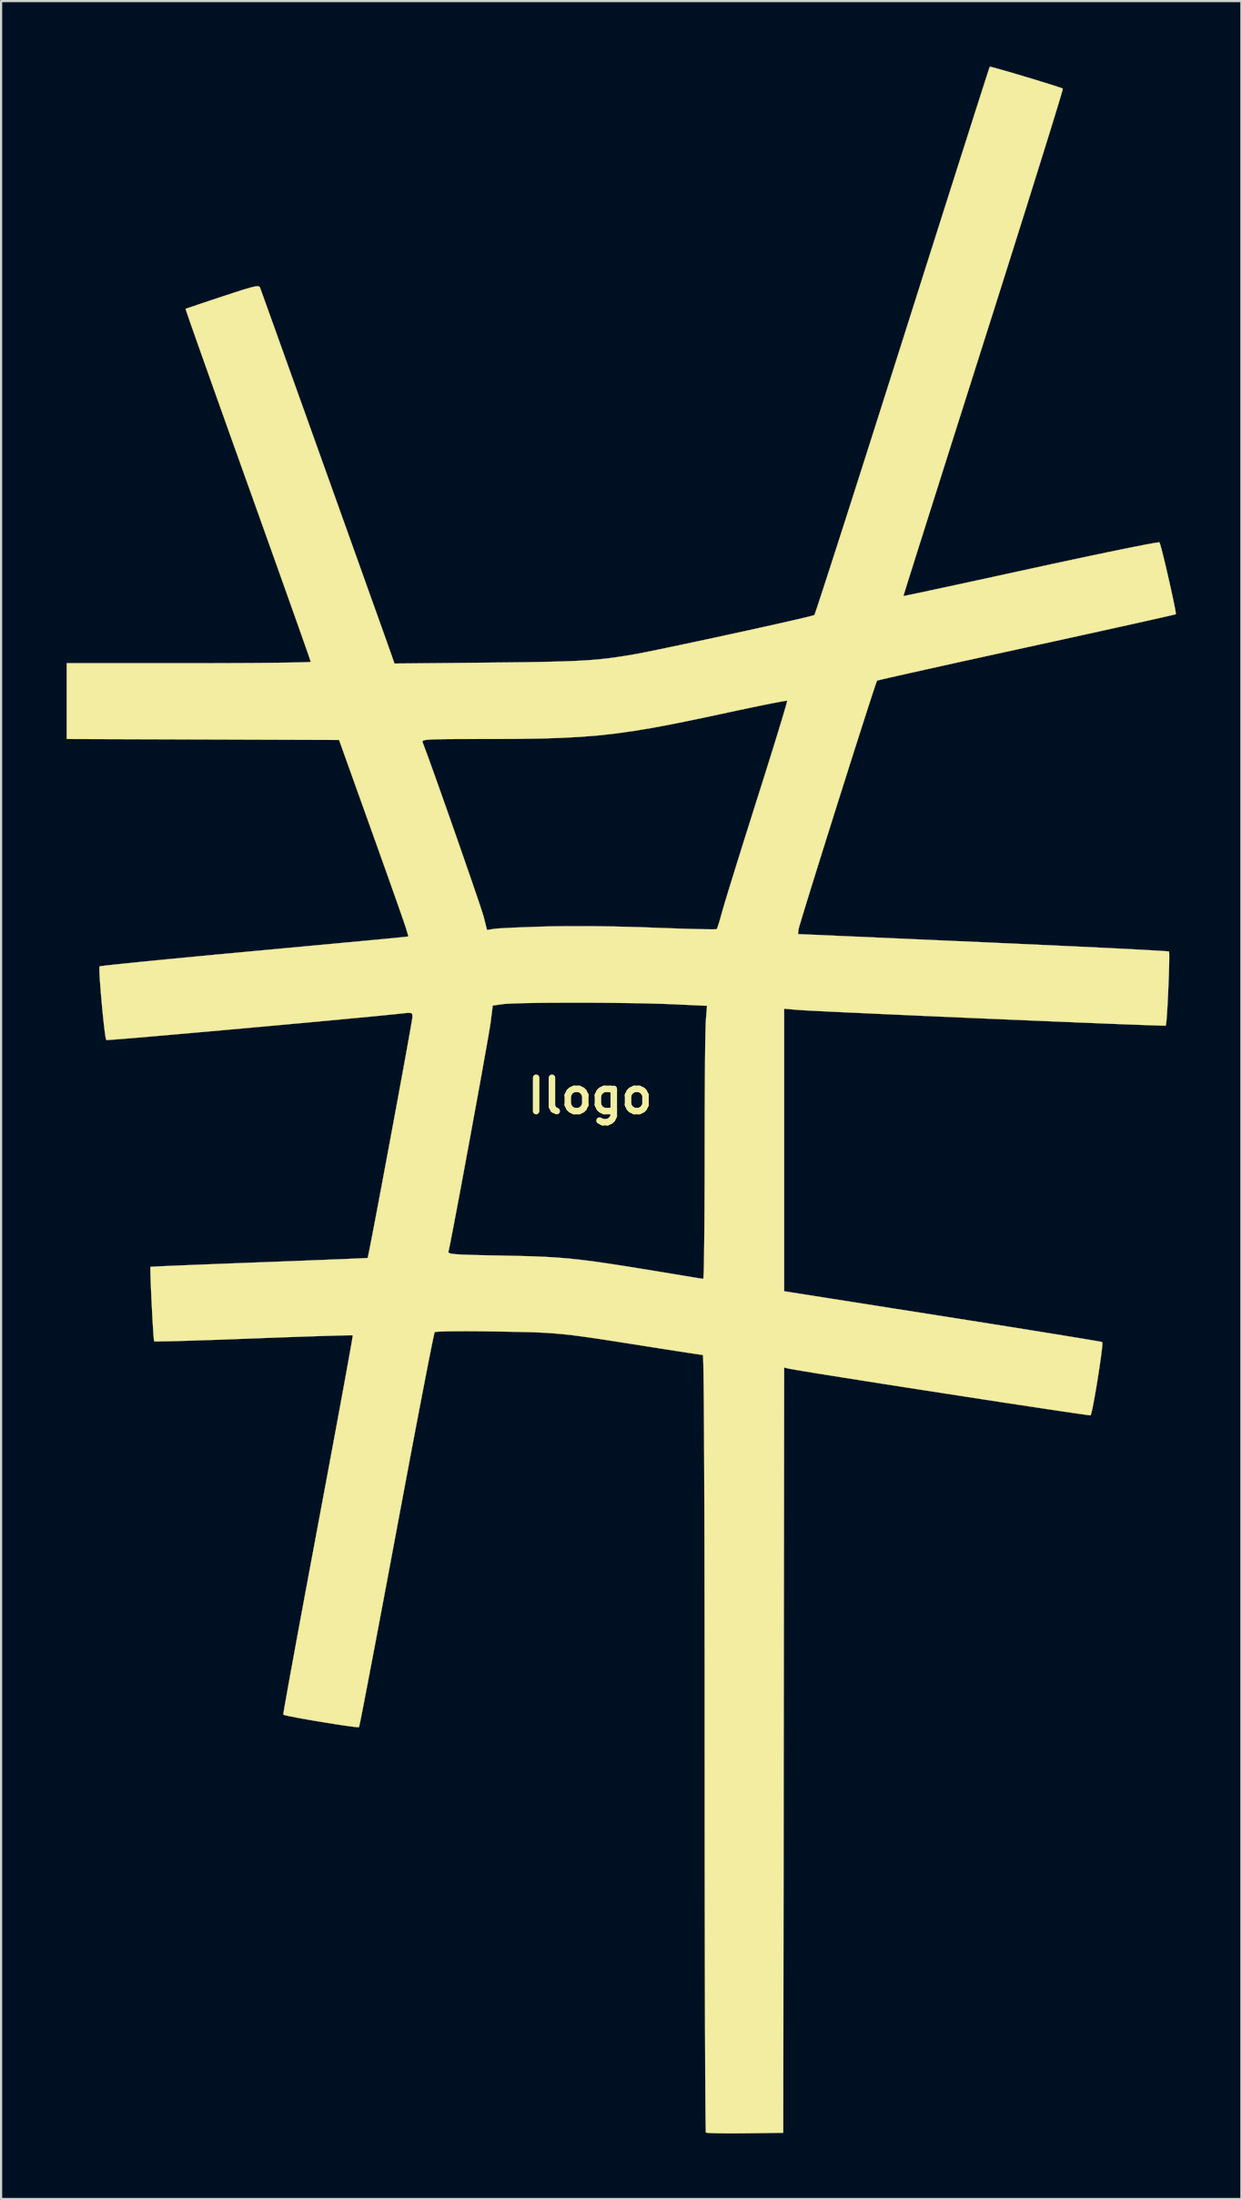
<source format=kicad_pcb>
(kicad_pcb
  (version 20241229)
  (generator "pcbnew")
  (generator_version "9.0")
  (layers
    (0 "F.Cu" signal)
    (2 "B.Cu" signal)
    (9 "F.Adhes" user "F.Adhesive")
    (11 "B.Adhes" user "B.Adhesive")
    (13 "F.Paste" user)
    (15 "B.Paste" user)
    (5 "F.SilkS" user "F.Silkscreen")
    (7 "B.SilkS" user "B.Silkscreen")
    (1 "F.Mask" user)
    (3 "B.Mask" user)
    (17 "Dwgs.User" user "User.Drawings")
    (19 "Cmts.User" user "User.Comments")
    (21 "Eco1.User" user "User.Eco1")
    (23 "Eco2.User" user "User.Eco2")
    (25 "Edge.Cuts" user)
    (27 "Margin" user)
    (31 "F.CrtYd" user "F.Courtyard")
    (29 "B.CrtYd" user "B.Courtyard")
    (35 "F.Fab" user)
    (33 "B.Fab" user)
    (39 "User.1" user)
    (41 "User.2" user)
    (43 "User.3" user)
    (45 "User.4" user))
  (footprint "Ilogo"
    (layer "F.Cu")
    (at 23.966 47.118)
    (property "Reference" "Ilogo" (at 0 0 0) (layer "F.SilkS") (effects (font (size 1.524 1.524) (thickness 0.3))))
    (attr through_hole)
    (fp_poly (pts (xy 18.391 -47.098) (xy 18.609 -47.04) (xy 18.93 -46.95) (xy 19.324 -46.836) (xy 19.762 -46.707) (xy 20.214 -46.571) (xy 20.65 -46.438) (xy 21.041 -46.317) (xy 21.358 -46.216) (xy 21.571 -46.144) (xy 21.65 -46.111) (xy 21.631 -46.026) (xy 21.563 -45.789) (xy 21.449 -45.409) (xy 21.292 -44.895) (xy 21.095 -44.255) (xy 20.86 -43.499) (xy 20.591 -42.637) (xy 20.291 -41.677) (xy 19.962 -40.627) (xy 19.606 -39.498) (xy 19.228 -38.299) (xy 18.829 -37.037) (xy 18.413 -35.724) (xy 18.019 -34.483) (xy 17.589 -33.129) (xy 17.174 -31.82) (xy 16.775 -30.565) (xy 16.397 -29.372) (xy 16.042 -28.252) (xy 15.712 -27.212) (xy 15.411 -26.262) (xy 15.142 -25.41) (xy 14.907 -24.667) (xy 14.71 -24.041) (xy 14.552 -23.54) (xy 14.438 -23.175) (xy 14.369 -22.954) (xy 14.349 -22.885) (xy 14.431 -22.9) (xy 14.665 -22.948) (xy 15.038 -23.026) (xy 15.537 -23.133) (xy 16.149 -23.264) (xy 16.859 -23.417) (xy 17.656 -23.59) (xy 18.526 -23.778) (xy 19.456 -23.981) (xy 20.186 -24.14) (xy 21.153 -24.35) (xy 22.071 -24.547) (xy 22.928 -24.729) (xy 23.71 -24.893) (xy 24.402 -25.035) (xy 24.993 -25.154) (xy 25.469 -25.247) (xy 25.816 -25.31) (xy 26.021 -25.342) (xy 26.074 -25.343) (xy 26.111 -25.242) (xy 26.175 -25.01) (xy 26.259 -24.677) (xy 26.357 -24.273) (xy 26.46 -23.83) (xy 26.563 -23.379) (xy 26.657 -22.949) (xy 26.737 -22.571) (xy 26.795 -22.277) (xy 26.824 -22.096) (xy 26.824 -22.054) (xy 26.738 -22.031) (xy 26.499 -21.975) (xy 26.119 -21.889) (xy 25.61 -21.775) (xy 24.985 -21.635) (xy 24.256 -21.474) (xy 23.436 -21.293) (xy 22.536 -21.094) (xy 21.569 -20.882) (xy 20.547 -20.659) (xy 19.986 -20.536) (xy 18.94 -20.308) (xy 17.942 -20.089) (xy 17.004 -19.883) (xy 16.14 -19.692) (xy 15.36 -19.519) (xy 14.678 -19.367) (xy 14.105 -19.239) (xy 13.655 -19.137) (xy 13.339 -19.063) (xy 13.17 -19.022) (xy 13.143 -19.014) (xy 13.109 -18.925) (xy 13.029 -18.691) (xy 12.909 -18.327) (xy 12.754 -17.849) (xy 12.568 -17.273) (xy 12.357 -16.614) (xy 12.125 -15.889) (xy 11.879 -15.114) (xy 11.622 -14.303) (xy 11.359 -13.474) (xy 11.097 -12.642) (xy 10.839 -11.822) (xy 10.591 -11.032) (xy 10.358 -10.285) (xy 10.144 -9.6) (xy 9.956 -8.991) (xy 9.797 -8.473) (xy 9.673 -8.064) (xy 9.588 -7.779) (xy 9.549 -7.634) (xy 9.547 -7.622) (xy 9.525 -7.412) (xy 17.992 -7.039) (xy 19.174 -6.986) (xy 20.309 -6.935) (xy 21.384 -6.885) (xy 22.388 -6.838) (xy 23.31 -6.794) (xy 24.138 -6.753) (xy 24.861 -6.716) (xy 25.468 -6.683) (xy 25.946 -6.656) (xy 26.286 -6.635) (xy 26.475 -6.62) (xy 26.511 -6.614) (xy 26.522 -6.519) (xy 26.523 -6.287) (xy 26.517 -5.949) (xy 26.505 -5.537) (xy 26.487 -5.082) (xy 26.467 -4.616) (xy 26.444 -4.171) (xy 26.42 -3.777) (xy 26.397 -3.468) (xy 26.376 -3.273) (xy 26.363 -3.223) (xy 26.276 -3.221) (xy 26.034 -3.227) (xy 25.65 -3.24) (xy 25.138 -3.258) (xy 24.513 -3.281) (xy 23.788 -3.309) (xy 22.977 -3.342) (xy 22.093 -3.378) (xy 21.151 -3.417) (xy 20.165 -3.458) (xy 19.148 -3.501) (xy 18.114 -3.545) (xy 17.077 -3.589) (xy 16.051 -3.634) (xy 15.05 -3.678) (xy 14.087 -3.721) (xy 13.177 -3.762) (xy 12.333 -3.801) (xy 11.569 -3.836) (xy 10.899 -3.868) (xy 10.337 -3.896) (xy 9.897 -3.919) (xy 9.592 -3.937) (xy 9.461 -3.947) (xy 8.89 -3.997) (xy 8.89 8.936) (xy 16.136 10.077) (xy 17.224 10.248) (xy 18.263 10.413) (xy 19.242 10.569) (xy 20.149 10.714) (xy 20.972 10.847) (xy 21.699 10.965) (xy 22.316 11.066) (xy 22.813 11.148) (xy 23.176 11.21) (xy 23.395 11.249) (xy 23.456 11.263) (xy 23.462 11.353) (xy 23.441 11.579) (xy 23.4 11.91) (xy 23.343 12.314) (xy 23.275 12.762) (xy 23.201 13.221) (xy 23.126 13.661) (xy 23.055 14.052) (xy 22.992 14.361) (xy 22.944 14.559) (xy 22.921 14.615) (xy 22.835 14.607) (xy 22.596 14.575) (xy 22.22 14.522) (xy 21.723 14.449) (xy 21.118 14.359) (xy 20.421 14.254) (xy 19.648 14.137) (xy 18.812 14.01) (xy 17.93 13.875) (xy 17.017 13.734) (xy 16.086 13.59) (xy 15.155 13.446) (xy 14.237 13.303) (xy 13.347 13.164) (xy 12.501 13.031) (xy 11.714 12.906) (xy 11.001 12.793) (xy 10.376 12.693) (xy 9.856 12.608) (xy 9.454 12.541) (xy 9.187 12.494) (xy 9.081 12.473) (xy 8.89 12.428) (xy 8.869 29.942) (xy 8.848 47.456) (xy 7.107 47.479) (xy 6.58 47.483) (xy 6.111 47.481) (xy 5.727 47.474) (xy 5.454 47.463) (xy 5.317 47.448) (xy 5.307 47.443) (xy 5.302 47.354) (xy 5.296 47.104) (xy 5.291 46.699) (xy 5.286 46.15) (xy 5.281 45.462) (xy 5.276 44.644) (xy 5.272 43.704) (xy 5.268 42.65) (xy 5.264 41.489) (xy 5.261 40.229) (xy 5.258 38.879) (xy 5.255 37.446) (xy 5.253 35.938) (xy 5.251 34.363) (xy 5.25 32.729) (xy 5.25 31.043) (xy 5.249 29.619) (xy 5.249 27.485) (xy 5.248 25.472) (xy 5.246 23.584) (xy 5.243 21.823) (xy 5.24 20.194) (xy 5.236 18.699) (xy 5.231 17.342) (xy 5.226 16.127) (xy 5.22 15.056) (xy 5.214 14.133) (xy 5.206 13.362) (xy 5.198 12.746) (xy 5.19 12.288) (xy 5.181 11.991) (xy 5.172 11.86) (xy 5.169 11.853) (xy 5.068 11.841) (xy 4.821 11.804) (xy 4.45 11.748) (xy 3.977 11.675) (xy 3.423 11.589) (xy 2.811 11.493) (xy 2.65 11.467) (xy 1.724 11.321) (xy 0.942 11.199) (xy 0.28 11.098) (xy -0.286 11.017) (xy -0.779 10.952) (xy -1.223 10.902) (xy -1.641 10.865) (xy -2.058 10.837) (xy -2.496 10.817) (xy -2.979 10.803) (xy -3.532 10.791) (xy -4.177 10.78) (xy -4.304 10.778) (xy -4.971 10.769) (xy -5.584 10.765) (xy -6.121 10.766) (xy -6.562 10.772) (xy -6.886 10.782) (xy -7.074 10.796) (xy -7.112 10.806) (xy -7.136 10.898) (xy -7.19 11.145) (xy -7.27 11.537) (xy -7.375 12.063) (xy -7.502 12.712) (xy -7.649 13.473) (xy -7.815 14.336) (xy -7.997 15.289) (xy -8.193 16.322) (xy -8.4 17.423) (xy -8.618 18.583) (xy -8.844 19.79) (xy -8.856 19.854) (xy -9.082 21.063) (xy -9.299 22.225) (xy -9.507 23.329) (xy -9.702 24.365) (xy -9.883 25.321) (xy -10.048 26.188) (xy -10.194 26.953) (xy -10.32 27.607) (xy -10.423 28.138) (xy -10.502 28.536) (xy -10.554 28.789) (xy -10.578 28.888) (xy -10.578 28.889) (xy -10.668 28.889) (xy -10.895 28.864) (xy -11.227 28.818) (xy -11.635 28.757) (xy -12.087 28.685) (xy -12.554 28.608) (xy -13.006 28.53) (xy -13.411 28.457) (xy -13.74 28.393) (xy -13.961 28.344) (xy -14.045 28.316) (xy -14.034 28.231) (xy -13.994 27.989) (xy -13.926 27.604) (xy -13.833 27.085) (xy -13.717 26.443) (xy -13.579 25.69) (xy -13.423 24.836) (xy -13.248 23.893) (xy -13.059 22.871) (xy -12.856 21.782) (xy -12.642 20.636) (xy -12.455 19.634) (xy -12.233 18.449) (xy -12.02 17.311) (xy -11.82 16.232) (xy -11.632 15.222) (xy -11.46 14.292) (xy -11.306 13.453) (xy -11.172 12.717) (xy -11.059 12.094) (xy -10.969 11.596) (xy -10.906 11.232) (xy -10.87 11.015) (xy -10.862 10.954) (xy -10.95 10.951) (xy -11.191 10.955) (xy -11.571 10.964) (xy -12.072 10.979) (xy -12.68 10.998) (xy -13.379 11.022) (xy -14.154 11.049) (xy -14.988 11.08) (xy -15.405 11.096) (xy -16.262 11.128) (xy -17.068 11.157) (xy -17.806 11.181) (xy -18.461 11.202) (xy -19.017 11.218) (xy -19.458 11.228) (xy -19.769 11.233) (xy -19.934 11.232) (xy -19.956 11.229) (xy -19.97 11.139) (xy -19.989 10.911) (xy -20.012 10.576) (xy -20.036 10.167) (xy -20.06 9.714) (xy -20.083 9.248) (xy -20.103 8.8) (xy -20.119 8.403) (xy -20.128 8.086) (xy -20.13 7.882) (xy -20.125 7.82) (xy -20.039 7.813) (xy -19.799 7.801) (xy -19.419 7.783) (xy -18.915 7.762) (xy -18.301 7.736) (xy -17.592 7.708) (xy -16.803 7.677) (xy -15.95 7.644) (xy -15.153 7.614) (xy -14.255 7.58) (xy -13.408 7.548) (xy -12.628 7.517) (xy -11.929 7.489) (xy -11.327 7.465) (xy -10.837 7.444) (xy -10.472 7.428) (xy -10.249 7.417) (xy -10.181 7.412) (xy -10.16 7.326) (xy -10.118 7.122) (xy -6.483 7.122) (xy -6.481 7.161) (xy -6.439 7.193) (xy -6.339 7.219) (xy -6.164 7.24) (xy -5.897 7.257) (xy -5.522 7.271) (xy -5.02 7.285) (xy -4.376 7.298) (xy -3.96 7.306) (xy -3.235 7.321) (xy -2.599 7.339) (xy -2.025 7.363) (xy -1.487 7.396) (xy -0.959 7.44) (xy -0.414 7.498) (xy 0.174 7.572) (xy 0.833 7.667) (xy 1.587 7.783) (xy 2.464 7.924) (xy 3.133 8.034) (xy 3.694 8.126) (xy 4.199 8.21) (xy 4.624 8.28) (xy 4.946 8.333) (xy 5.14 8.364) (xy 5.186 8.372) (xy 5.197 8.291) (xy 5.207 8.055) (xy 5.217 7.678) (xy 5.225 7.173) (xy 5.233 6.555) (xy 5.239 5.837) (xy 5.244 5.033) (xy 5.248 4.157) (xy 5.25 3.224) (xy 5.25 2.815) (xy 5.251 1.838) (xy 5.253 0.894) (xy 5.257 0.000163) (xy 5.262 -0.827) (xy 5.268 -1.572) (xy 5.275 -2.218) (xy 5.283 -2.749) (xy 5.292 -3.147) (xy 5.301 -3.398) (xy 5.304 -3.441) (xy 5.358 -4.129) (xy 3.758 -4.203) (xy 3.232 -4.222) (xy 2.609 -4.239) (xy 1.914 -4.252) (xy 1.168 -4.262) (xy 0.396 -4.269) (xy -0.381 -4.272) (xy -1.14 -4.271) (xy -1.858 -4.268) (xy -2.512 -4.261) (xy -3.078 -4.25) (xy -3.536 -4.236) (xy -3.86 -4.219) (xy -3.984 -4.207) (xy -4.454 -4.141) (xy -4.553 -3.361) (xy -4.582 -3.17) (xy -4.638 -2.836) (xy -4.718 -2.378) (xy -4.818 -1.814) (xy -4.935 -1.162) (xy -5.065 -0.439) (xy -5.206 0.335) (xy -5.354 1.144) (xy -5.505 1.968) (xy -5.657 2.79) (xy -5.805 3.592) (xy -5.947 4.355) (xy -6.08 5.062) (xy -6.2 5.694) (xy -6.303 6.234) (xy -6.386 6.662) (xy -6.447 6.963) (xy -6.481 7.116) (xy -6.483 7.122) (xy -10.118 7.122) (xy -10.112 7.09) (xy -10.039 6.722) (xy -9.946 6.237) (xy -9.834 5.653) (xy -9.708 4.986) (xy -9.57 4.253) (xy -9.423 3.471) (xy -9.271 2.657) (xy -9.116 1.827) (xy -8.963 0.999) (xy -8.813 0.188) (xy -8.67 -0.587) (xy -8.538 -1.311) (xy -8.418 -1.967) (xy -8.315 -2.538) (xy -8.232 -3.006) (xy -8.171 -3.356) (xy -8.136 -3.571) (xy -8.129 -3.631) (xy -8.139 -3.747) (xy -8.199 -3.801) (xy -8.351 -3.806) (xy -8.572 -3.784) (xy -8.916 -3.747) (xy -9.386 -3.7) (xy -9.968 -3.643) (xy -10.646 -3.579) (xy -11.405 -3.507) (xy -12.23 -3.43) (xy -13.105 -3.349) (xy -14.016 -3.266) (xy -14.946 -3.181) (xy -15.882 -3.097) (xy -16.807 -3.014) (xy -17.706 -2.934) (xy -18.564 -2.858) (xy -19.365 -2.788) (xy -20.095 -2.725) (xy -20.739 -2.67) (xy -21.28 -2.625) (xy -21.703 -2.591) (xy -21.994 -2.57) (xy -22.137 -2.562) (xy -22.15 -2.563) (xy -22.177 -2.664) (xy -22.213 -2.9) (xy -22.255 -3.24) (xy -22.299 -3.653) (xy -22.344 -4.107) (xy -22.385 -4.57) (xy -22.421 -5.012) (xy -22.448 -5.4) (xy -22.464 -5.703) (xy -22.465 -5.889) (xy -22.457 -5.933) (xy -22.364 -5.949) (xy -22.117 -5.979) (xy -21.726 -6.022) (xy -21.205 -6.076) (xy -20.568 -6.141) (xy -19.826 -6.214) (xy -18.993 -6.295) (xy -18.082 -6.382) (xy -17.106 -6.475) (xy -16.077 -6.57) (xy -15.79 -6.597) (xy -14.738 -6.694) (xy -13.727 -6.788) (xy -12.771 -6.877) (xy -11.882 -6.959) (xy -11.076 -7.035) (xy -10.367 -7.101) (xy -9.767 -7.157) (xy -9.291 -7.202) (xy -8.954 -7.235) (xy -8.768 -7.253) (xy -8.75 -7.255) (xy -8.313 -7.303) (xy -8.43 -7.694) (xy -8.481 -7.849) (xy -8.584 -8.147) (xy -8.732 -8.57) (xy -8.919 -9.103) (xy -9.14 -9.727) (xy -9.389 -10.427) (xy -9.659 -11.185) (xy -9.945 -11.985) (xy -10.019 -12.192) (xy -11.462 -16.22) (xy -7.672 -16.22) (xy -7.665 -16.192) (xy -7.558 -15.909) (xy -7.409 -15.504) (xy -7.226 -14.996) (xy -7.015 -14.406) (xy -6.783 -13.754) (xy -6.537 -13.059) (xy -6.285 -12.341) (xy -6.033 -11.621) (xy -5.789 -10.919) (xy -5.558 -10.254) (xy -5.349 -9.647) (xy -5.168 -9.117) (xy -5.022 -8.684) (xy -4.919 -8.369) (xy -4.864 -8.192) (xy -4.862 -8.182) (xy -4.716 -7.601) (xy -4.369 -7.653) (xy -4.187 -7.67) (xy -3.865 -7.689) (xy -3.43 -7.71) (xy -2.91 -7.73) (xy -2.335 -7.75) (xy -1.952 -7.761) (xy -1.049 -7.775) (xy -0.023 -7.775) (xy 1.083 -7.76) (xy 2.223 -7.731) (xy 2.938 -7.705) (xy 3.612 -7.68) (xy 4.231 -7.659) (xy 4.775 -7.644) (xy 5.224 -7.634) (xy 5.558 -7.63) (xy 5.756 -7.632) (xy 5.804 -7.638) (xy 5.844 -7.735) (xy 5.915 -7.956) (xy 6.003 -8.263) (xy 6.05 -8.435) (xy 6.115 -8.659) (xy 6.225 -9.027) (xy 6.375 -9.52) (xy 6.561 -10.12) (xy 6.775 -10.809) (xy 7.013 -11.569) (xy 7.269 -12.382) (xy 7.537 -13.231) (xy 7.66 -13.62) (xy 7.923 -14.45) (xy 8.168 -15.231) (xy 8.392 -15.948) (xy 8.589 -16.587) (xy 8.755 -17.132) (xy 8.886 -17.569) (xy 8.977 -17.883) (xy 9.023 -18.06) (xy 9.028 -18.094) (xy 8.939 -18.086) (xy 8.703 -18.045) (xy 8.34 -17.976) (xy 7.868 -17.881) (xy 7.306 -17.765) (xy 6.673 -17.632) (xy 6.039 -17.495) (xy 4.858 -17.244) (xy 3.811 -17.031) (xy 2.869 -16.853) (xy 2.001 -16.709) (xy 1.178 -16.594) (xy 0.37 -16.505) (xy -0.453 -16.439) (xy -1.32 -16.393) (xy -2.261 -16.363) (xy -3.306 -16.347) (xy -4.486 -16.342) (xy -4.729 -16.342) (xy -5.52 -16.341) (xy -6.158 -16.339) (xy -6.659 -16.335) (xy -7.038 -16.328) (xy -7.311 -16.317) (xy -7.496 -16.302) (xy -7.607 -16.281) (xy -7.66 -16.254) (xy -7.672 -16.22) (xy -11.462 -16.22) (xy -11.49 -16.298) (xy -23.961 -16.342) (xy -23.961 -19.812) (xy -18.373 -19.812) (xy -17.417 -19.813) (xy -16.513 -19.816) (xy -15.675 -19.82) (xy -14.916 -19.826) (xy -14.25 -19.833) (xy -13.692 -19.841) (xy -13.255 -19.85) (xy -12.954 -19.86) (xy -12.802 -19.871) (xy -12.786 -19.875) (xy -12.814 -19.962) (xy -12.895 -20.198) (xy -13.026 -20.571) (xy -13.203 -21.072) (xy -13.421 -21.689) (xy -13.678 -22.412) (xy -13.969 -23.23) (xy -14.29 -24.132) (xy -14.638 -25.107) (xy -15.009 -26.146) (xy -15.398 -27.236) (xy -15.663 -27.976) (xy -16.063 -29.094) (xy -16.446 -30.165) (xy -16.808 -31.181) (xy -17.146 -32.129) (xy -17.455 -32.999) (xy -17.733 -33.781) (xy -17.975 -34.464) (xy -18.177 -35.038) (xy -18.336 -35.491) (xy -18.448 -35.813) (xy -18.509 -35.993) (xy -18.52 -36.029) (xy -18.437 -36.059) (xy -18.218 -36.134) (xy -17.886 -36.247) (xy -17.465 -36.388) (xy -16.979 -36.55) (xy -16.833 -36.598) (xy -16.269 -36.784) (xy -15.845 -36.919) (xy -15.54 -37.008) (xy -15.334 -37.056) (xy -15.207 -37.068) (xy -15.139 -37.048) (xy -15.113 -37.012) (xy -15.077 -36.913) (xy -14.988 -36.668) (xy -14.852 -36.289) (xy -14.673 -35.789) (xy -14.454 -35.181) (xy -14.202 -34.478) (xy -13.921 -33.693) (xy -13.615 -32.838) (xy -13.288 -31.927) (xy -12.946 -30.972) (xy -12.593 -29.986) (xy -12.234 -28.982) (xy -11.873 -27.974) (xy -11.515 -26.973) (xy -11.164 -25.992) (xy -10.825 -25.045) (xy -10.503 -24.145) (xy -10.202 -23.303) (xy -9.927 -22.534) (xy -9.682 -21.849) (xy -9.472 -21.263) (xy -9.303 -20.787) (xy -9.177 -20.434) (xy -9.1 -20.218) (xy -9.081 -20.163) (xy -8.953 -19.795) (xy -4.625 -19.838) (xy -3.578 -19.849) (xy -2.682 -19.861) (xy -1.916 -19.876) (xy -1.261 -19.893) (xy -0.697 -19.914) (xy -0.205 -19.941) (xy 0.235 -19.973) (xy 0.641 -20.013) (xy 1.035 -20.062) (xy 1.435 -20.12) (xy 1.86 -20.188) (xy 1.905 -20.196) (xy 2.182 -20.246) (xy 2.581 -20.324) (xy 3.083 -20.426) (xy 3.669 -20.548) (xy 4.32 -20.685) (xy 5.017 -20.833) (xy 5.74 -20.988) (xy 6.47 -21.147) (xy 7.189 -21.303) (xy 7.876 -21.455) (xy 8.513 -21.597) (xy 9.081 -21.725) (xy 9.56 -21.835) (xy 9.931 -21.923) (xy 10.175 -21.985) (xy 10.273 -22.016) (xy 10.273 -22.016) (xy 10.306 -22.102) (xy 10.388 -22.342) (xy 10.515 -22.725) (xy 10.684 -23.243) (xy 10.894 -23.888) (xy 11.14 -24.651) (xy 11.421 -25.522) (xy 11.733 -26.494) (xy 12.073 -27.557) (xy 12.44 -28.704) (xy 12.829 -29.924) (xy 13.238 -31.209) (xy 13.665 -32.551) (xy 14.107 -33.941) (xy 14.312 -34.586) (xy 14.758 -35.994) (xy 15.191 -37.358) (xy 15.607 -38.668) (xy 16.004 -39.917) (xy 16.379 -41.095) (xy 16.729 -42.194) (xy 17.051 -43.206) (xy 17.343 -44.12) (xy 17.601 -44.93) (xy 17.824 -45.626) (xy 18.007 -46.199) (xy 18.149 -46.641) (xy 18.247 -46.942) (xy 18.298 -47.095) (xy 18.305 -47.113) (xy 18.391 -47.098)) (stroke (width 0.01) (type solid)) (fill yes) (layer "F.SilkS")))
  (gr_rect
    (start -3 -3)
    (end 53.794 97.606)
    (stroke (width 0.1) (type default))
    (fill no)
    (layer "Edge.Cuts")))
</source>
